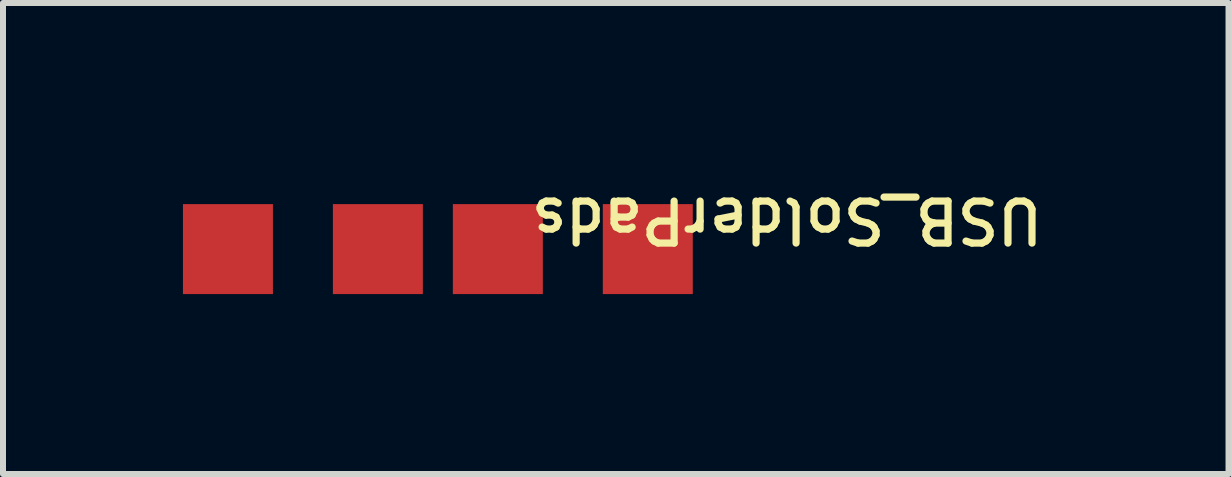
<source format=kicad_pcb>
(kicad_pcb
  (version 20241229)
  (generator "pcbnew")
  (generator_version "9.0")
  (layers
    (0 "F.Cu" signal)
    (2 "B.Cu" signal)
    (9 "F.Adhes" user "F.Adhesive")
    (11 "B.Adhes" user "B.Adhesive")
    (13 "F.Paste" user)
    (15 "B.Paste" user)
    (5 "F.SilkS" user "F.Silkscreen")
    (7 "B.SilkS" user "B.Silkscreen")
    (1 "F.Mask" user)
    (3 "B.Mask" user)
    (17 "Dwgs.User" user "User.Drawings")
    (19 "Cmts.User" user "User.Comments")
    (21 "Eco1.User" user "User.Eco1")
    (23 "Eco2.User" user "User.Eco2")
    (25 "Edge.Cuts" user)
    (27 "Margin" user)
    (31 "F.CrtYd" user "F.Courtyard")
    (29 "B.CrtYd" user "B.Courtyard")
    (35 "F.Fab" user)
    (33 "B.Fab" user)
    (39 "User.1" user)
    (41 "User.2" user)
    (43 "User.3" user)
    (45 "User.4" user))
  (footprint "USB_SolderPads"
    (layer "F.Cu")
    (at 4.25 1.103)
    (property "Reference" "USB_SolderPads" (at 5.822 -0.483 180) (unlocked yes) (layer "F.SilkS") (effects (font (size 0.7 0.7) (thickness 0.12))))
    (attr exclude_from_pos_files exclude_from_bom)
    (pad "1" smd rect (at -3.5 0) (size 1.5 1.5) (layers "F.Cu" "F.Mask"))
    (pad "2" smd rect (at -1 0) (size 1.5 1.5) (layers "F.Cu" "F.Mask"))
    (pad "3" smd rect (at 1 0) (size 1.5 1.5) (layers "F.Cu" "F.Mask"))
    (pad "4" smd rect (at 3.5 0) (size 1.5 1.5) (layers "F.Cu" "F.Mask")))
  (gr_rect
    (start -3 -3)
    (end 17.432 4.853)
    (stroke (width 0.1) (type default))
    (fill no)
    (layer "Edge.Cuts")))
</source>
